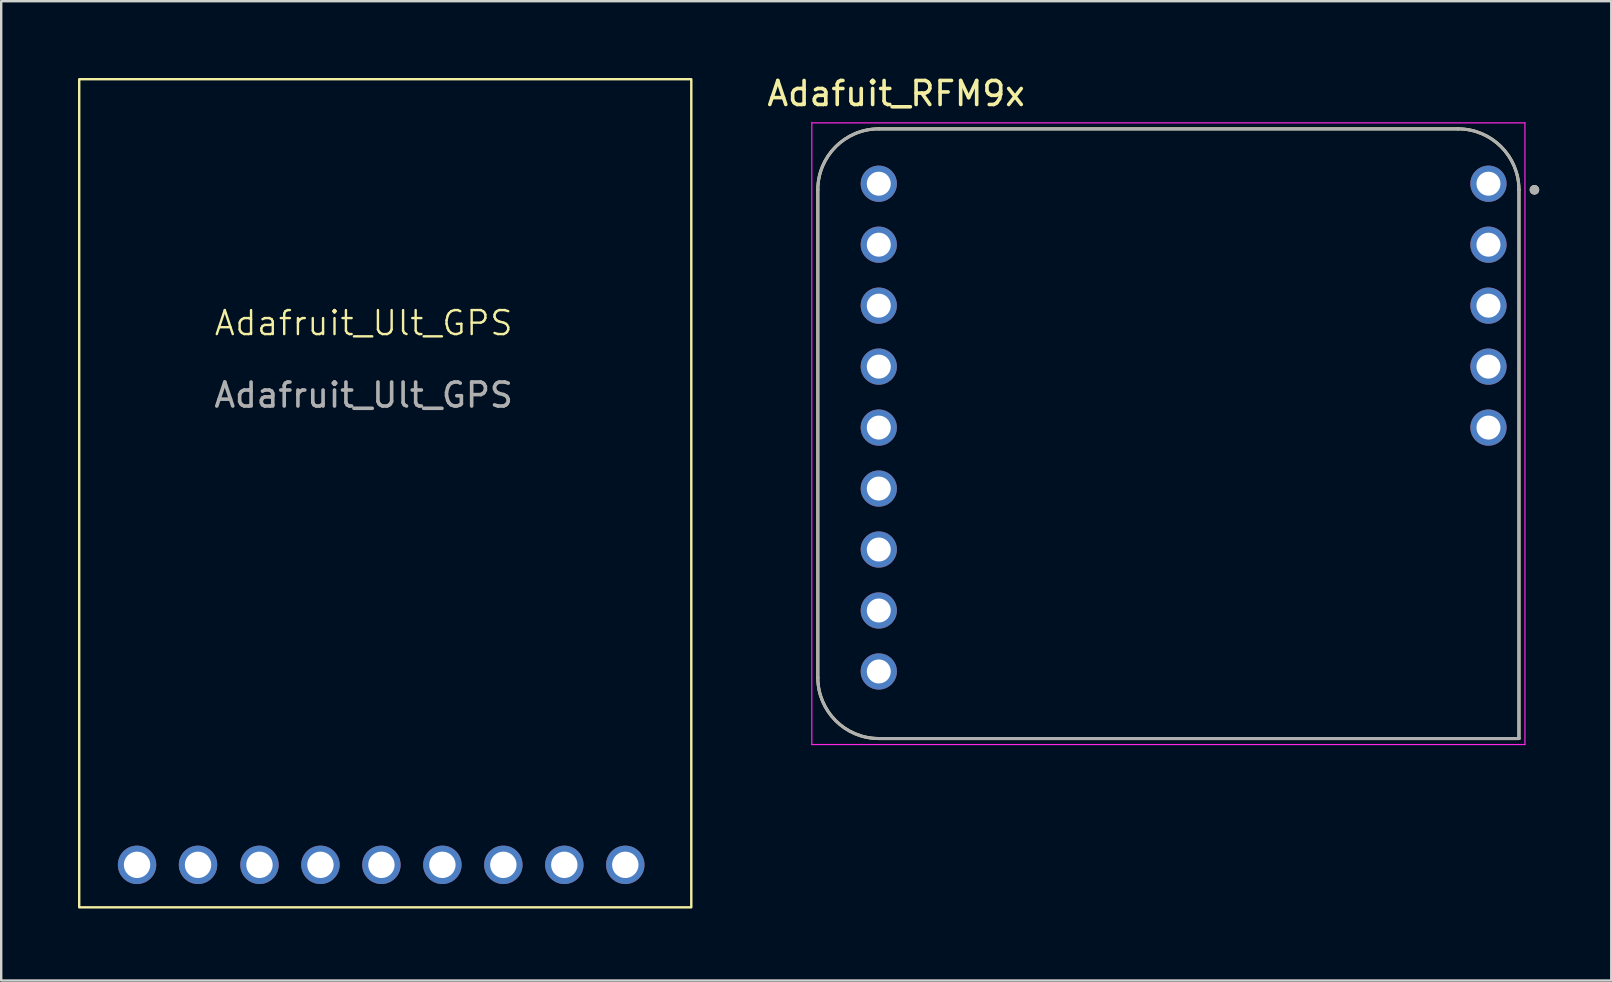
<source format=kicad_pcb>
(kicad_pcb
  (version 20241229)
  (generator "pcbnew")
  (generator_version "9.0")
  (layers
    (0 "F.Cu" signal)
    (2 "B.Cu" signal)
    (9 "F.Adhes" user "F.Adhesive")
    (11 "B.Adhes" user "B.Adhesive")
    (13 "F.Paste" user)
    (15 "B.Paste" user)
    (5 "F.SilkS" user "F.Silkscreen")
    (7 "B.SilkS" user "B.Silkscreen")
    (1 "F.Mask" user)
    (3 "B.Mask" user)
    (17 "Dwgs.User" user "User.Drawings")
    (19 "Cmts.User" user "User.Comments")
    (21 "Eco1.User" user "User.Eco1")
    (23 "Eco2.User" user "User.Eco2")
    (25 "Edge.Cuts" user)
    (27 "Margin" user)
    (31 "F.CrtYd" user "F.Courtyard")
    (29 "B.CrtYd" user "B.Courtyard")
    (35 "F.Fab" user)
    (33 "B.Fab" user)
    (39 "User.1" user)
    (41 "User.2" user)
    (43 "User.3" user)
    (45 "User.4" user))
  (footprint "Adafruit_Ult_GPS"
    (layer "F.Cu")
    (at 0.25 0.25)
    (property "Reference" "Adafruit_Ult_GPS" (at 11.85 10.16 0) (unlocked yes) (layer "F.SilkS") (effects (font (size 1 1) (thickness 0.1))))
    (attr through_hole)
    (fp_rect (start 0 0) (end 25.5 34.5) (stroke (width 0.1) (type default)) (fill no) (layer "F.SilkS"))
    (fp_text user "${REFERENCE}" (at 11.85 13.16 0) (unlocked yes) (layer "F.Fab") (effects (font (size 1 1) (thickness 0.15))))
    (pad "1" thru_hole circle (at 2.41 32.73) (size 1.6 1.6) (drill 1.1) (layers "*.Cu" "*.Mask"))
    (pad "2" thru_hole circle (at 4.95 32.73) (size 1.6 1.6) (drill 1.1) (layers "*.Cu" "*.Mask"))
    (pad "3" thru_hole circle (at 7.51 32.73) (size 1.6 1.6) (drill 1.1) (layers "*.Cu" "*.Mask"))
    (pad "4" thru_hole circle (at 10.05 32.73) (size 1.6 1.6) (drill 1.1) (layers "*.Cu" "*.Mask"))
    (pad "5" thru_hole circle (at 12.59 32.73) (size 1.6 1.6) (drill 1.1) (layers "*.Cu" "*.Mask"))
    (pad "6" thru_hole circle (at 15.13 32.73) (size 1.6 1.6) (drill 1.1) (layers "*.Cu" "*.Mask"))
    (pad "7" thru_hole circle (at 17.67 32.73) (size 1.6 1.6) (drill 1.1) (layers "*.Cu" "*.Mask"))
    (pad "8" thru_hole circle (at 20.21 32.73) (size 1.6 1.6) (drill 1.1) (layers "*.Cu" "*.Mask"))
    (pad "9" thru_hole circle (at 22.75 32.73) (size 1.6 1.6) (drill 1.1) (layers "*.Cu" "*.Mask")))
  (footprint "Adafuit_RFM9x"
    (layer "F.Cu")
    (at 45.626 15.018)
    (property "Reference" "Adafuit_RFM9x" (at -11.344 -14.17 0) (layer "F.SilkS") (effects (font (size 1 1) (thickness 0.15))))
    (attr through_hole)
    (fp_line (start -14.605 10.16) (end -14.605 -10.16) (stroke (width 0.127) (type solid)) (layer "F.SilkS"))
    (fp_line (start -12.065 -12.7) (end 12.065 -12.7) (stroke (width 0.127) (type solid)) (layer "F.SilkS"))
    (fp_line (start 14.605 -10.16) (end 14.605 12.7) (stroke (width 0.127) (type solid)) (layer "F.SilkS"))
    (fp_line (start 14.605 12.7) (end -12.065 12.7) (stroke (width 0.127) (type solid)) (layer "F.SilkS"))
    (fp_arc (start -14.605 -10.16) (mid -13.861051 -11.956051) (end -12.065 -12.7) (stroke (width 0.127) (type solid)) (layer "F.SilkS"))
    (fp_arc (start -12.065 12.7) (mid -13.861051 11.956051) (end -14.605 10.16) (stroke (width 0.127) (type solid)) (layer "F.SilkS"))
    (fp_arc (start 12.065 -12.7) (mid 13.861051 -11.956051) (end 14.605 -10.16) (stroke (width 0.127) (type solid)) (layer "F.SilkS"))
    (fp_circle (center 15.25 -10.16) (end 15.35 -10.16) (stroke (width 0.2) (type solid)) (fill no) (layer "F.SilkS"))
    (fp_line (start -14.855 -12.95) (end -14.855 12.95) (stroke (width 0.05) (type solid)) (layer "F.CrtYd"))
    (fp_line (start -14.855 12.95) (end 14.855 12.95) (stroke (width 0.05) (type solid)) (layer "F.CrtYd"))
    (fp_line (start 14.855 -12.95) (end -14.855 -12.95) (stroke (width 0.05) (type solid)) (layer "F.CrtYd"))
    (fp_line (start 14.855 12.95) (end 14.855 -12.95) (stroke (width 0.05) (type solid)) (layer "F.CrtYd"))
    (fp_line (start -14.605 10.16) (end -14.605 -10.16) (stroke (width 0.127) (type solid)) (layer "F.Fab"))
    (fp_line (start -12.065 -12.7) (end 12.065 -12.7) (stroke (width 0.127) (type solid)) (layer "F.Fab"))
    (fp_line (start 14.605 -10.16) (end 14.605 12.7) (stroke (width 0.127) (type solid)) (layer "F.Fab"))
    (fp_line (start 14.605 12.7) (end -12.065 12.7) (stroke (width 0.127) (type solid)) (layer "F.Fab"))
    (fp_arc (start -14.605 -10.16) (mid -13.861051 -11.956051) (end -12.065 -12.7) (stroke (width 0.127) (type solid)) (layer "F.Fab"))
    (fp_arc (start -12.065 12.7) (mid -13.861051 11.956051) (end -14.605 10.16) (stroke (width 0.127) (type solid)) (layer "F.Fab"))
    (fp_arc (start 12.065 -12.7) (mid 13.861051 -11.956051) (end 14.605 -10.16) (stroke (width 0.127) (type solid)) (layer "F.Fab"))
    (fp_circle (center 15.25 -10.16) (end 15.35 -10.16) (stroke (width 0.2) (type solid)) (fill no) (layer "F.Fab"))
    (pad "JP1_1" thru_hole circle (at 13.335 -10.414) (size 1.508 1.508) (drill 1) (layers "*.Cu" "*.Mask"))
    (pad "JP1_2" thru_hole circle (at 13.335 -7.874) (size 1.508 1.508) (drill 1) (layers "*.Cu" "*.Mask"))
    (pad "JP1_3" thru_hole circle (at 13.335 -5.334) (size 1.508 1.508) (drill 1) (layers "*.Cu" "*.Mask"))
    (pad "JP1_4" thru_hole circle (at 13.335 -2.794) (size 1.508 1.508) (drill 1) (layers "*.Cu" "*.Mask"))
    (pad "JP1_5" thru_hole circle (at 13.335 -0.254) (size 1.508 1.508) (drill 1) (layers "*.Cu" "*.Mask"))
    (pad "JP3_1" thru_hole circle (at -12.065 -10.414) (size 1.508 1.508) (drill 1) (layers "*.Cu" "*.Mask"))
    (pad "JP3_2" thru_hole circle (at -12.065 -7.874) (size 1.508 1.508) (drill 1) (layers "*.Cu" "*.Mask"))
    (pad "JP3_3" thru_hole circle (at -12.065 -5.334) (size 1.508 1.508) (drill 1) (layers "*.Cu" "*.Mask"))
    (pad "JP3_4" thru_hole circle (at -12.065 -2.794) (size 1.508 1.508) (drill 1) (layers "*.Cu" "*.Mask"))
    (pad "JP3_5" thru_hole circle (at -12.065 -0.254) (size 1.508 1.508) (drill 1) (layers "*.Cu" "*.Mask"))
    (pad "JP3_6" thru_hole circle (at -12.065 2.286) (size 1.508 1.508) (drill 1) (layers "*.Cu" "*.Mask"))
    (pad "JP3_7" thru_hole circle (at -12.065 4.826) (size 1.508 1.508) (drill 1) (layers "*.Cu" "*.Mask"))
    (pad "JP3_8" thru_hole circle (at -12.065 7.366) (size 1.508 1.508) (drill 1) (layers "*.Cu" "*.Mask"))
    (pad "JP3_9" thru_hole circle (at -12.065 9.906) (size 1.508 1.508) (drill 1) (layers "*.Cu" "*.Mask")))
  (gr_rect
    (start -3 -3)
    (end 64.076 37.8)
    (stroke (width 0.1) (type default))
    (fill no)
    (layer "Edge.Cuts")))
</source>
